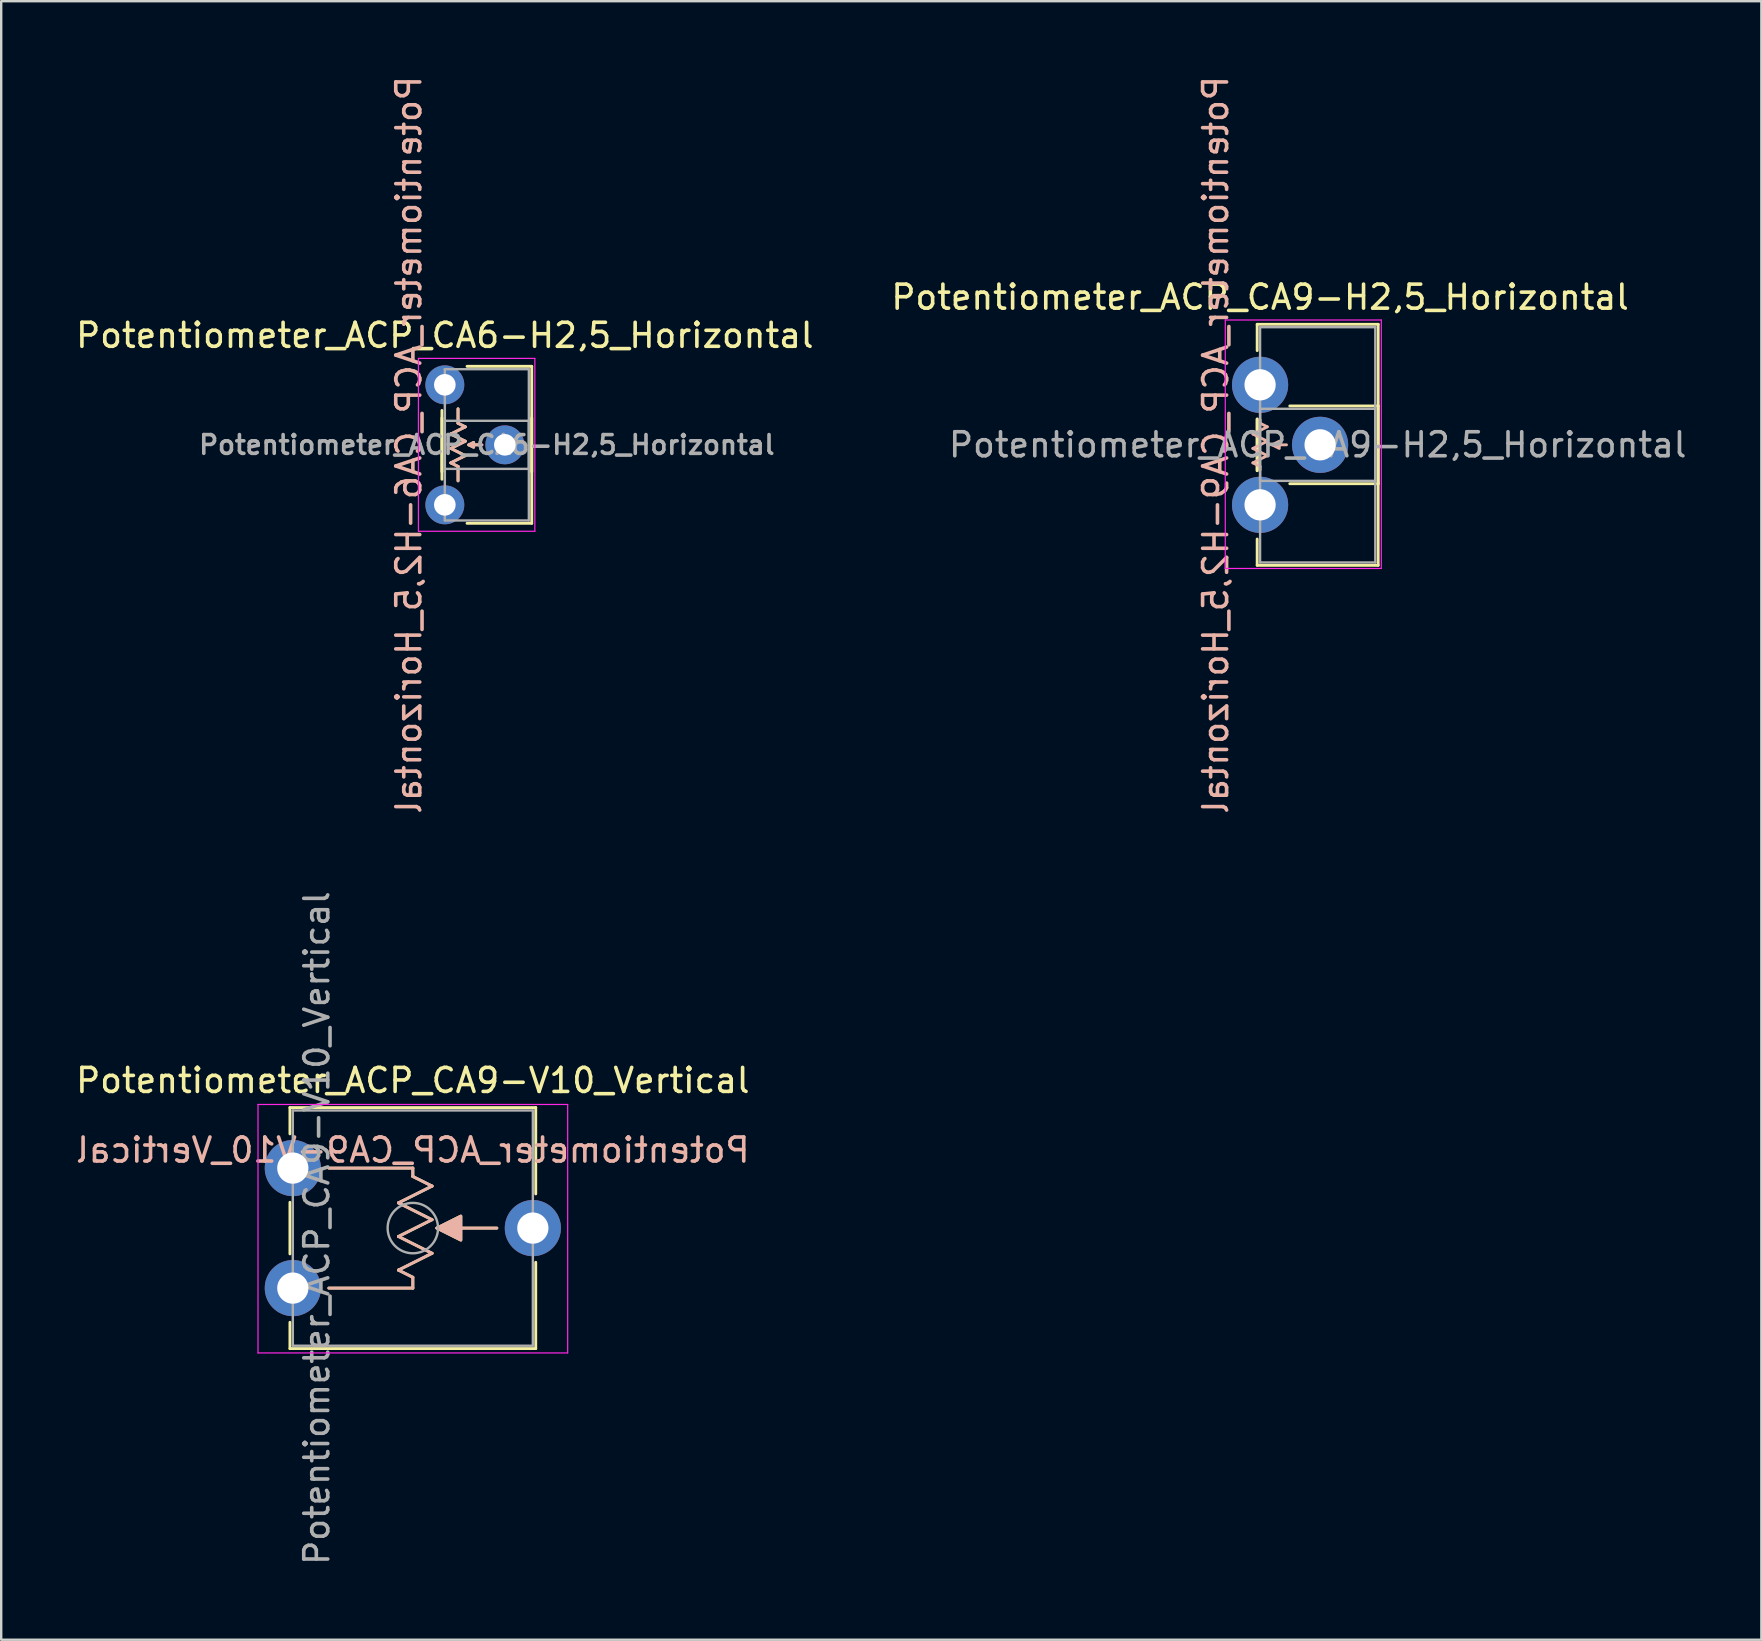
<source format=kicad_pcb>
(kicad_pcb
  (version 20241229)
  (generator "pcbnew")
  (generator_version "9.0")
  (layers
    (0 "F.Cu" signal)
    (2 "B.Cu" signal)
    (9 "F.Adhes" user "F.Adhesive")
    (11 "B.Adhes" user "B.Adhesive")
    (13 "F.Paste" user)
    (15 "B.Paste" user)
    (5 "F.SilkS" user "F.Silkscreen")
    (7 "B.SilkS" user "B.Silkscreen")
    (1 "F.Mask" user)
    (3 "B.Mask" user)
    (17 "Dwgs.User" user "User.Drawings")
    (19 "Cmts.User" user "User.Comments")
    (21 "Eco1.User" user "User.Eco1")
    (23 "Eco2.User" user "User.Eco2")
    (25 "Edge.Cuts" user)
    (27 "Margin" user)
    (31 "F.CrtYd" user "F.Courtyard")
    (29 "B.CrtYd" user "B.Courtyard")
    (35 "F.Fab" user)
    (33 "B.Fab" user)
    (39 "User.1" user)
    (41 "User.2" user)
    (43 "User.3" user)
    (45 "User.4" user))
  (footprint "Potentiometer_ACP_CA9-H2,5_Horizontal"
    (layer "F.Cu")
    (at 49.446 12.982)
    (property "Reference" "Potentiometer_ACP_CA9-H2,5_Horizontal" (at 0 -3.65 0) (layer "F.SilkS") (effects (font (size 1 1) (thickness 0.15))))
    (attr through_hole)
    (fp_line (start -0.121 -2.521) (end -0.121 -1.426) (stroke (width 0.12) (type solid)) (layer "F.SilkS"))
    (fp_line (start -0.121 -2.521) (end 4.92 -2.521) (stroke (width 0.12) (type solid)) (layer "F.SilkS"))
    (fp_line (start -0.121 1.426) (end -0.121 3.575) (stroke (width 0.12) (type solid)) (layer "F.SilkS"))
    (fp_line (start -0.121 1.426) (end -0.121 3.575) (stroke (width 0.12) (type solid)) (layer "F.SilkS"))
    (fp_line (start -0.121 6.425) (end -0.121 7.52) (stroke (width 0.12) (type solid)) (layer "F.SilkS"))
    (fp_line (start -0.121 7.52) (end 4.92 7.52) (stroke (width 0.12) (type solid)) (layer "F.SilkS"))
    (fp_line (start 1.237 0.88) (end 4.92 0.88) (stroke (width 0.12) (type solid)) (layer "F.SilkS"))
    (fp_line (start 1.237 4.12) (end 4.92 4.12) (stroke (width 0.12) (type solid)) (layer "F.SilkS"))
    (fp_line (start 4.92 -2.521) (end 4.92 7.52) (stroke (width 0.12) (type solid)) (layer "F.SilkS"))
    (fp_line (start 4.92 0.88) (end 4.92 4.12) (stroke (width 0.12) (type solid)) (layer "F.SilkS"))
    (fp_line (start -0.3 2.05) (end 0 1.9) (stroke (width 0.12) (type solid)) (layer "B.SilkS"))
    (fp_line (start -0.3 2.65) (end 0 2.5) (stroke (width 0.12) (type solid)) (layer "B.SilkS"))
    (fp_line (start -0.3 3.25) (end 0 3.1) (stroke (width 0.12) (type solid)) (layer "B.SilkS"))
    (fp_line (start 0 1.45) (end 0 1.6) (stroke (width 0.12) (type solid)) (layer "B.SilkS"))
    (fp_line (start 0 1.6) (end 0.3 1.75) (stroke (width 0.12) (type solid)) (layer "B.SilkS"))
    (fp_line (start 0 2.2) (end -0.3 2.05) (stroke (width 0.12) (type solid)) (layer "B.SilkS"))
    (fp_line (start 0 2.2) (end 0.3 2.35) (stroke (width 0.12) (type solid)) (layer "B.SilkS"))
    (fp_line (start 0 2.8) (end -0.3 2.65) (stroke (width 0.12) (type solid)) (layer "B.SilkS"))
    (fp_line (start 0 2.8) (end 0.3 2.95) (stroke (width 0.12) (type solid)) (layer "B.SilkS"))
    (fp_line (start 0 3.4) (end -0.3 3.25) (stroke (width 0.12) (type solid)) (layer "B.SilkS"))
    (fp_line (start 0 3.4) (end 0 3.55) (stroke (width 0.12) (type solid)) (layer "B.SilkS"))
    (fp_line (start 0.3 1.75) (end 0 1.9) (stroke (width 0.12) (type solid)) (layer "B.SilkS"))
    (fp_line (start 0.3 2.35) (end 0 2.5) (stroke (width 0.12) (type solid)) (layer "B.SilkS"))
    (fp_line (start 0.3 2.95) (end 0 3.1) (stroke (width 0.12) (type solid)) (layer "B.SilkS"))
    (fp_line (start 1.1 2.5) (end 0.5 2.5) (stroke (width 0.12) (type solid)) (layer "B.SilkS"))
    (fp_poly (pts (xy 0.8 2.65) (xy 0.5 2.5) (xy 0.8 2.35)) (stroke (width 0.12) (type solid)) (fill yes) (layer "B.SilkS"))
    (fp_line (start -1.45 -2.7) (end -1.45 7.65) (stroke (width 0.05) (type solid)) (layer "F.CrtYd"))
    (fp_line (start -1.45 7.65) (end 5.05 7.65) (stroke (width 0.05) (type solid)) (layer "F.CrtYd"))
    (fp_line (start 5.05 -2.7) (end -1.45 -2.7) (stroke (width 0.05) (type solid)) (layer "F.CrtYd"))
    (fp_line (start 5.05 7.65) (end 5.05 -2.7) (stroke (width 0.05) (type solid)) (layer "F.CrtYd"))
    (fp_line (start 0 -2.4) (end 4.8 -2.4) (stroke (width 0.1) (type solid)) (layer "F.Fab"))
    (fp_line (start 0 1) (end 0 4) (stroke (width 0.1) (type solid)) (layer "F.Fab"))
    (fp_line (start 0 4) (end 4.8 4) (stroke (width 0.1) (type solid)) (layer "F.Fab"))
    (fp_line (start 0 7.4) (end 0 -2.4) (stroke (width 0.1) (type solid)) (layer "F.Fab"))
    (fp_line (start 4.8 -2.4) (end 4.8 7.4) (stroke (width 0.1) (type solid)) (layer "F.Fab"))
    (fp_line (start 4.8 1) (end 0 1) (stroke (width 0.1) (type solid)) (layer "F.Fab"))
    (fp_line (start 4.8 4) (end 4.8 1) (stroke (width 0.1) (type solid)) (layer "F.Fab"))
    (fp_line (start 4.8 7.4) (end 0 7.4) (stroke (width 0.1) (type solid)) (layer "F.Fab"))
    (fp_text user "${REFERENCE}" (at -1.85 2.5 90) (unlocked yes) (layer "B.SilkS") (effects (font (size 1 1) (thickness 0.15)) (justify mirror)))
    (fp_text user "${REFERENCE}" (at 2.4 2.5 0) (layer "F.Fab") (effects (font (size 1 1) (thickness 0.15))))
    (pad "1" thru_hole circle (at 0 0) (size 2.34 2.34) (drill 1.3) (layers "*.Cu" "*.Mask"))
    (pad "2" thru_hole circle (at 2.5 2.5) (size 2.34 2.34) (drill 1.3) (layers "*.Cu" "*.Mask"))
    (pad "3" thru_hole circle (at 0 5) (size 2.34 2.34) (drill 1.3) (layers "*.Cu" "*.Mask")))
  (footprint "Potentiometer_ACP_CA9-V10_Vertical"
    (layer "F.Cu")
    (at 9.149 50.613)
    (property "Reference" "Potentiometer_ACP_CA9-V10_Vertical" (at 5 -8.65 0) (layer "F.SilkS") (effects (font (size 1 1) (thickness 0.15))))
    (attr through_hole)
    (fp_line (start -0.12 -7.521) (end -0.12 -6.426) (stroke (width 0.12) (type solid)) (layer "F.SilkS"))
    (fp_line (start -0.12 -7.521) (end 10.12 -7.521) (stroke (width 0.12) (type solid)) (layer "F.SilkS"))
    (fp_line (start -0.12 -3.574) (end -0.12 -1.425) (stroke (width 0.12) (type solid)) (layer "F.SilkS"))
    (fp_line (start -0.12 1.425) (end -0.12 2.52) (stroke (width 0.12) (type solid)) (layer "F.SilkS"))
    (fp_line (start -0.12 2.52) (end 10.12 2.52) (stroke (width 0.12) (type solid)) (layer "F.SilkS"))
    (fp_line (start 1.5 -5) (end 5 -5) (stroke (width 0.12) (type solid)) (layer "F.SilkS"))
    (fp_line (start 4.4 -3.55) (end 5.8 -2.85) (stroke (width 0.12) (type solid)) (layer "F.SilkS"))
    (fp_line (start 4.4 -2.15) (end 5.8 -1.45) (stroke (width 0.12) (type solid)) (layer "F.SilkS"))
    (fp_line (start 4.4 -0.75) (end 5 -0.45) (stroke (width 0.12) (type solid)) (layer "F.SilkS"))
    (fp_line (start 5 -5) (end 5 -4.65) (stroke (width 0.12) (type solid)) (layer "F.SilkS"))
    (fp_line (start 5 -4.65) (end 5.8 -4.25) (stroke (width 0.12) (type solid)) (layer "F.SilkS"))
    (fp_line (start 5 -0.45) (end 5 0) (stroke (width 0.12) (type solid)) (layer "F.SilkS"))
    (fp_line (start 5 0) (end 1.5 0) (stroke (width 0.12) (type solid)) (layer "F.SilkS"))
    (fp_line (start 5.8 -4.25) (end 4.4 -3.55) (stroke (width 0.12) (type solid)) (layer "F.SilkS"))
    (fp_line (start 5.8 -2.85) (end 4.4 -2.15) (stroke (width 0.12) (type solid)) (layer "F.SilkS"))
    (fp_line (start 5.8 -1.45) (end 4.4 -0.75) (stroke (width 0.12) (type solid)) (layer "F.SilkS"))
    (fp_line (start 8.5 -2.5) (end 6 -2.5) (stroke (width 0.12) (type solid)) (layer "F.SilkS"))
    (fp_line (start 10.12 -7.521) (end 10.12 -3.925) (stroke (width 0.12) (type solid)) (layer "F.SilkS"))
    (fp_line (start 10.12 -1.075) (end 10.12 2.52) (stroke (width 0.12) (type solid)) (layer "F.SilkS"))
    (fp_poly (pts (xy 7 -2) (xy 6 -2.5) (xy 7 -3)) (stroke (width 0.12) (type solid)) (fill yes) (layer "F.SilkS"))
    (fp_line (start 1.5 -5) (end 5 -5) (stroke (width 0.12) (type solid)) (layer "B.SilkS"))
    (fp_line (start 4.4 -3.55) (end 5.8 -2.85) (stroke (width 0.12) (type solid)) (layer "B.SilkS"))
    (fp_line (start 4.4 -2.15) (end 5.8 -1.45) (stroke (width 0.12) (type solid)) (layer "B.SilkS"))
    (fp_line (start 4.4 -0.75) (end 5 -0.45) (stroke (width 0.12) (type solid)) (layer "B.SilkS"))
    (fp_line (start 5 -5) (end 5 -4.65) (stroke (width 0.12) (type solid)) (layer "B.SilkS"))
    (fp_line (start 5 -4.65) (end 5.8 -4.25) (stroke (width 0.12) (type solid)) (layer "B.SilkS"))
    (fp_line (start 5 -0.45) (end 5 0) (stroke (width 0.12) (type solid)) (layer "B.SilkS"))
    (fp_line (start 5 0) (end 1.5 0) (stroke (width 0.12) (type solid)) (layer "B.SilkS"))
    (fp_line (start 5.8 -4.25) (end 4.4 -3.55) (stroke (width 0.12) (type solid)) (layer "B.SilkS"))
    (fp_line (start 5.8 -2.85) (end 4.4 -2.15) (stroke (width 0.12) (type solid)) (layer "B.SilkS"))
    (fp_line (start 5.8 -1.45) (end 4.4 -0.75) (stroke (width 0.12) (type solid)) (layer "B.SilkS"))
    (fp_line (start 8.5 -2.5) (end 6 -2.5) (stroke (width 0.12) (type solid)) (layer "B.SilkS"))
    (fp_poly (pts (xy 7 -2) (xy 6 -2.5) (xy 7 -3)) (stroke (width 0.12) (type solid)) (fill yes) (layer "B.SilkS"))
    (fp_line (start -1.45 -7.65) (end -1.45 2.7) (stroke (width 0.05) (type solid)) (layer "F.CrtYd"))
    (fp_line (start -1.45 2.7) (end 11.45 2.7) (stroke (width 0.05) (type solid)) (layer "F.CrtYd"))
    (fp_line (start 11.45 -7.65) (end -1.45 -7.65) (stroke (width 0.05) (type solid)) (layer "F.CrtYd"))
    (fp_line (start 11.45 2.7) (end 11.45 -7.65) (stroke (width 0.05) (type solid)) (layer "F.CrtYd"))
    (fp_line (start 0 -7.4) (end 0 2.4) (stroke (width 0.1) (type solid)) (layer "F.Fab"))
    (fp_line (start 0 2.4) (end 10 2.4) (stroke (width 0.1) (type solid)) (layer "F.Fab"))
    (fp_line (start 10 -7.4) (end 0 -7.4) (stroke (width 0.1) (type solid)) (layer "F.Fab"))
    (fp_line (start 10 2.4) (end 10 -7.4) (stroke (width 0.1) (type solid)) (layer "F.Fab"))
    (fp_circle (center 5 -2.5) (end 6.05 -2.5) (stroke (width 0.1) (type solid)) (fill no) (layer "F.Fab"))
    (fp_text user "${REFERENCE}" (at 5 -5.75 0) (unlocked yes) (layer "B.SilkS") (effects (font (size 1 1) (thickness 0.15)) (justify mirror)))
    (fp_text user "${REFERENCE}" (at 1 -2.5 90) (layer "F.Fab") (effects (font (size 1 1) (thickness 0.15))))
    (pad "1" thru_hole circle (at 0 0) (size 2.34 2.34) (drill 1.3) (layers "*.Cu" "*.Mask"))
    (pad "2" thru_hole circle (at 10 -2.5) (size 2.34 2.34) (drill 1.3) (layers "*.Cu" "*.Mask"))
    (pad "3" thru_hole circle (at 0 -5) (size 2.34 2.34) (drill 1.3) (layers "*.Cu" "*.Mask")))
  (footprint "Potentiometer_ACP_CA6-H2,5_Horizontal"
    (layer "F.Cu")
    (at 15.482 12.982)
    (property "Reference" "Potentiometer_ACP_CA6-H2,5_Horizontal" (at 0 -2.06 0) (layer "F.SilkS") (effects (font (size 1 1) (thickness 0.15))))
    (attr through_hole)
    (fp_line (start -0.121 1.066) (end -0.121 3.935) (stroke (width 0.12) (type solid)) (layer "F.SilkS"))
    (fp_line (start -0.121 1.38) (end -0.121 3.62) (stroke (width 0.12) (type solid)) (layer "F.SilkS"))
    (fp_line (start 0.25 2.05) (end 0.85 2.35) (stroke (width 0.12) (type solid)) (layer "F.SilkS"))
    (fp_line (start 0.25 2.65) (end 0.85 2.95) (stroke (width 0.12) (type solid)) (layer "F.SilkS"))
    (fp_line (start 0.25 3.25) (end 0.55 3.4) (stroke (width 0.12) (type solid)) (layer "F.SilkS"))
    (fp_line (start 0.55 1.6) (end 0.55 1) (stroke (width 0.12) (type solid)) (layer "F.SilkS"))
    (fp_line (start 0.55 1.6) (end 0.85 1.75) (stroke (width 0.12) (type solid)) (layer "F.SilkS"))
    (fp_line (start 0.55 3.4) (end 0.55 4) (stroke (width 0.12) (type solid)) (layer "F.SilkS"))
    (fp_line (start 0.85 1.75) (end 0.25 2.05) (stroke (width 0.12) (type solid)) (layer "F.SilkS"))
    (fp_line (start 0.85 2.35) (end 0.25 2.65) (stroke (width 0.12) (type solid)) (layer "F.SilkS"))
    (fp_line (start 0.85 2.95) (end 0.25 3.25) (stroke (width 0.12) (type solid)) (layer "F.SilkS"))
    (fp_line (start 0.925 -0.77) (end 3.62 -0.77) (stroke (width 0.12) (type solid)) (layer "F.SilkS"))
    (fp_line (start 0.925 5.77) (end 3.62 5.77) (stroke (width 0.12) (type solid)) (layer "F.SilkS"))
    (fp_line (start 1.5 2.5) (end 1 2.5) (stroke (width 0.12) (type solid)) (layer "F.SilkS"))
    (fp_line (start 3.62 -0.77) (end 3.62 5.77) (stroke (width 0.12) (type solid)) (layer "F.SilkS"))
    (fp_line (start 3.62 1.38) (end 3.62 3.62) (stroke (width 0.12) (type solid)) (layer "F.SilkS"))
    (fp_poly (pts (xy 1.2 2.6) (xy 1 2.5) (xy 1.2 2.4)) (stroke (width 0.12) (type solid)) (fill yes) (layer "F.SilkS"))
    (fp_line (start 0.25 2.05) (end 0.85 2.35) (stroke (width 0.12) (type solid)) (layer "B.SilkS"))
    (fp_line (start 0.25 2.65) (end 0.85 2.95) (stroke (width 0.12) (type solid)) (layer "B.SilkS"))
    (fp_line (start 0.25 3.25) (end 0.55 3.4) (stroke (width 0.12) (type solid)) (layer "B.SilkS"))
    (fp_line (start 0.55 1) (end 0.55 1.6) (stroke (width 0.12) (type solid)) (layer "B.SilkS"))
    (fp_line (start 0.55 1.6) (end 0.85 1.75) (stroke (width 0.12) (type solid)) (layer "B.SilkS"))
    (fp_line (start 0.55 3.4) (end 0.55 4) (stroke (width 0.12) (type solid)) (layer "B.SilkS"))
    (fp_line (start 0.85 1.75) (end 0.25 2.05) (stroke (width 0.12) (type solid)) (layer "B.SilkS"))
    (fp_line (start 0.85 2.35) (end 0.25 2.65) (stroke (width 0.12) (type solid)) (layer "B.SilkS"))
    (fp_line (start 0.85 2.95) (end 0.25 3.25) (stroke (width 0.12) (type solid)) (layer "B.SilkS"))
    (fp_line (start 1.55 2.5) (end 1 2.5) (stroke (width 0.12) (type solid)) (layer "B.SilkS"))
    (fp_poly (pts (xy 1.2 2.6) (xy 1 2.5) (xy 1.2 2.4)) (stroke (width 0.12) (type solid)) (fill yes) (layer "B.SilkS"))
    (fp_line (start -1.1 -1.1) (end -1.1 6.1) (stroke (width 0.05) (type solid)) (layer "F.CrtYd"))
    (fp_line (start -1.1 6.1) (end 3.75 6.1) (stroke (width 0.05) (type solid)) (layer "F.CrtYd"))
    (fp_line (start 3.75 -1.1) (end -1.1 -1.1) (stroke (width 0.05) (type solid)) (layer "F.CrtYd"))
    (fp_line (start 3.75 6.1) (end 3.75 -1.1) (stroke (width 0.05) (type solid)) (layer "F.CrtYd"))
    (fp_line (start 0 -0.65) (end 3.5 -0.65) (stroke (width 0.1) (type solid)) (layer "F.Fab"))
    (fp_line (start 0 1.5) (end 0 3.5) (stroke (width 0.1) (type solid)) (layer "F.Fab"))
    (fp_line (start 0 3.5) (end 3.5 3.5) (stroke (width 0.1) (type solid)) (layer "F.Fab"))
    (fp_line (start 0 5.65) (end 0 -0.65) (stroke (width 0.1) (type solid)) (layer "F.Fab"))
    (fp_line (start 3.5 -0.65) (end 3.5 5.65) (stroke (width 0.1) (type solid)) (layer "F.Fab"))
    (fp_line (start 3.5 1.5) (end 0 1.5) (stroke (width 0.1) (type solid)) (layer "F.Fab"))
    (fp_line (start 3.5 3.5) (end 3.5 1.5) (stroke (width 0.1) (type solid)) (layer "F.Fab"))
    (fp_line (start 3.5 5.65) (end 0 5.65) (stroke (width 0.1) (type solid)) (layer "F.Fab"))
    (fp_text user "${REFERENCE}" (at -1.5 2.5 90) (unlocked yes) (layer "B.SilkS") (effects (font (size 1 1) (thickness 0.15)) (justify mirror)))
    (fp_text user "${REFERENCE}" (at 1.75 2.5 0) (layer "F.Fab") (effects (font (size 0.78 0.78) (thickness 0.15))))
    (pad "1" thru_hole circle (at 0 0) (size 1.62 1.62) (drill 0.9) (layers "*.Cu" "*.Mask"))
    (pad "2" thru_hole circle (at 2.5 2.5) (size 1.62 1.62) (drill 0.9) (layers "*.Cu" "*.Mask"))
    (pad "3" thru_hole circle (at 0 5) (size 1.62 1.62) (drill 0.9) (layers "*.Cu" "*.Mask")))
  (gr_rect
    (start -3 -3)
    (end 70.329 65.262)
    (stroke (width 0.1) (type default))
    (fill no)
    (layer "Edge.Cuts")))
</source>
